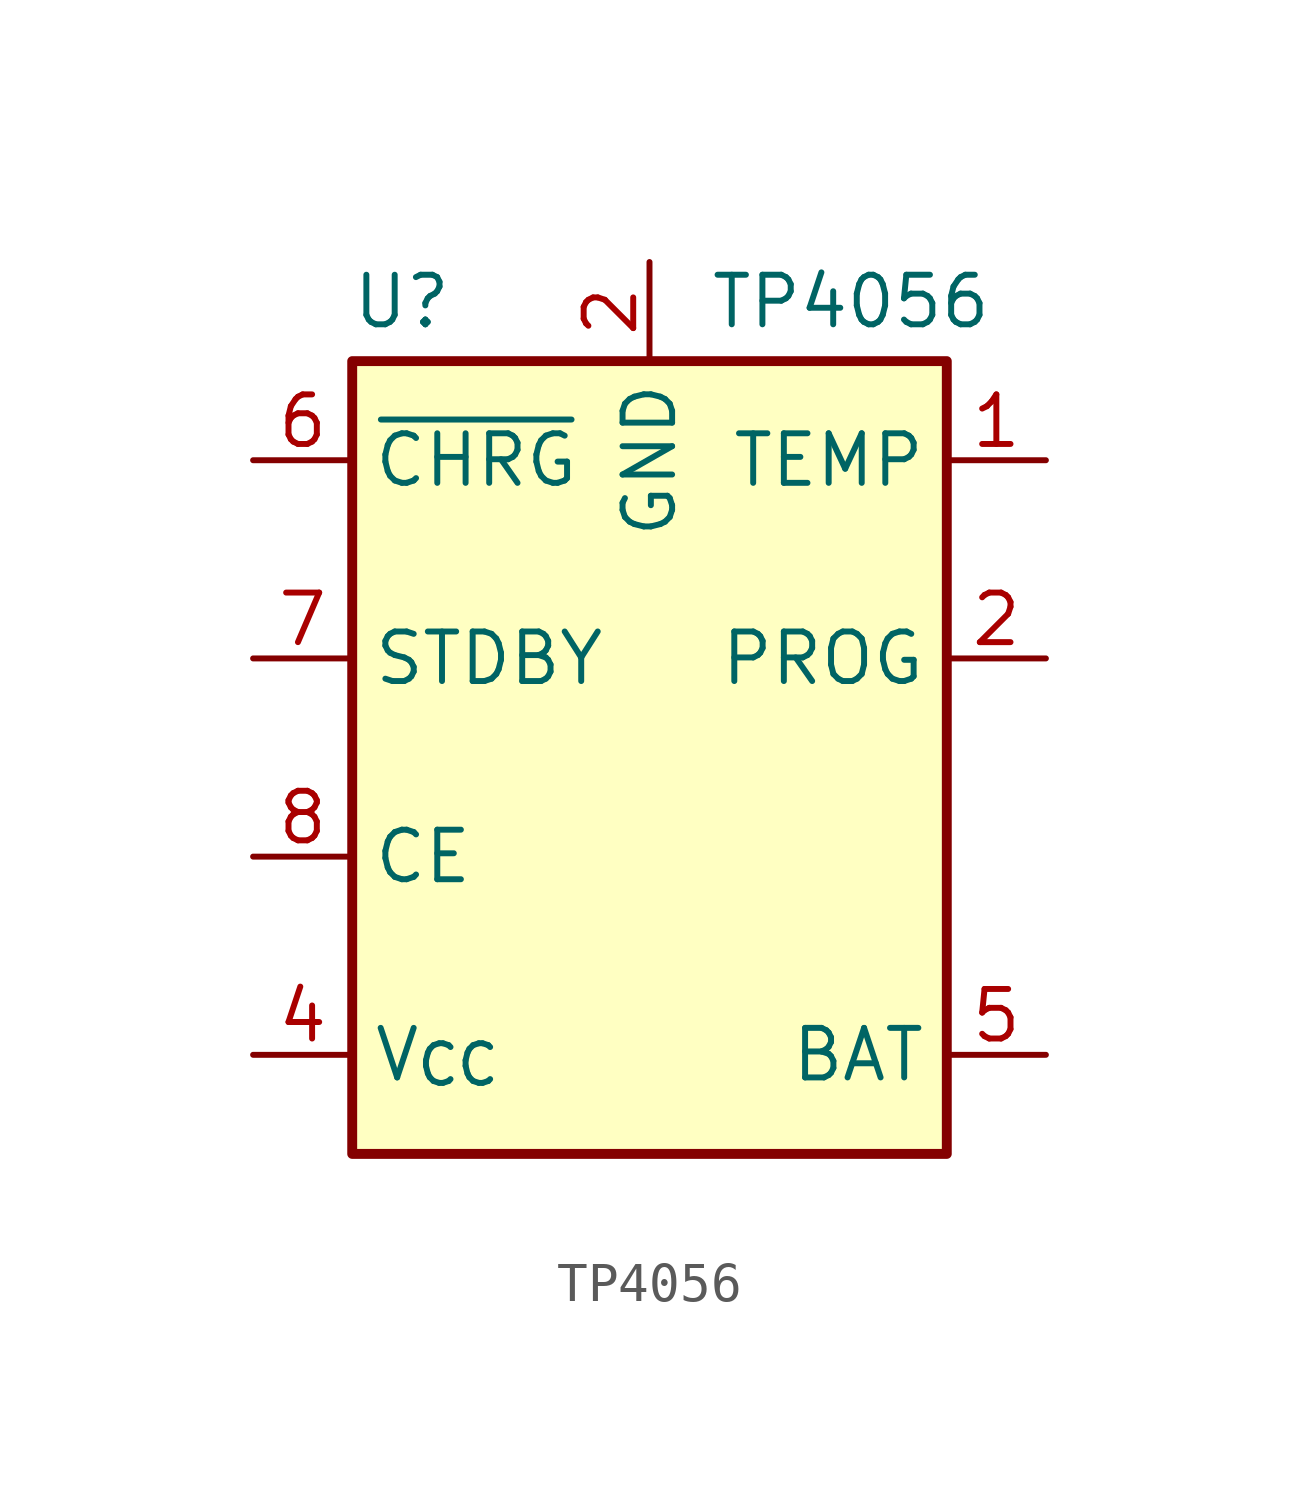
<source format=kicad_sym>
(kicad_symbol_lib
  (version 20231120)
  (generator "kicad_symbol_editor")
  (generator_version "8.0")
  (symbol "TP4056"
    (property "Reference" "U"
      (at -6.35 6.604 0)
      (effects (font (size 1.27 1.27))))
    (property "Value" "TP4056"
      (at 1.524 6.604 0)
      (effects (font (size 1.27 1.27)) (justify left)))
    (symbol "TP4056_0_1"
      (rectangle (start -7.62 5.08) (end 7.62 -15.24) (stroke (width 0.254) (type default)) (fill (type background))))
    (symbol "TP4056_1_1"
      (pin power_in line (at 10.16 2.54 180) (length 2.54) (name "TEMP" (effects (font (size 1.27 1.27)))) (number "1" (effects (font (size 1.27 1.27)))))
      (pin power_in line (at 0 7.62 270) (length 2.54) (name "GND" (effects (font (size 1.27 1.27)))) (number "2" (effects (font (size 1.27 1.27)))))
      (pin passive line (at 10.16 -2.54 180) (length 2.54) (name "PROG" (effects (font (size 1.27 1.27)))) (number "2" (effects (font (size 1.27 1.27)))))
      (pin power_in line (at -10.16 -12.7 0) (length 2.54) (name "V_{CC}" (effects (font (size 1.27 1.27)))) (number "4" (effects (font (size 1.27 1.27)))))
      (pin power_out line (at 10.16 -12.7 180) (length 2.54) (name "BAT" (effects (font (size 1.27 1.27)))) (number "5" (effects (font (size 1.27 1.27)))))
      (pin open_collector line (at -10.16 2.54 0) (length 2.54) (name "~{CHRG}" (effects (font (size 1.27 1.27)))) (number "6" (effects (font (size 1.27 1.27)))))
      (pin open_collector line (at -10.16 -2.54 0) (length 2.54) (name "STDBY" (effects (font (size 1.27 1.27)))) (number "7" (effects (font (size 1.27 1.27)))))
      (pin power_in line (at -10.16 -7.62 0) (length 2.54) (name "CE" (effects (font (size 1.27 1.27)))) (number "8" (effects (font (size 1.27 1.27))))))))
</source>
